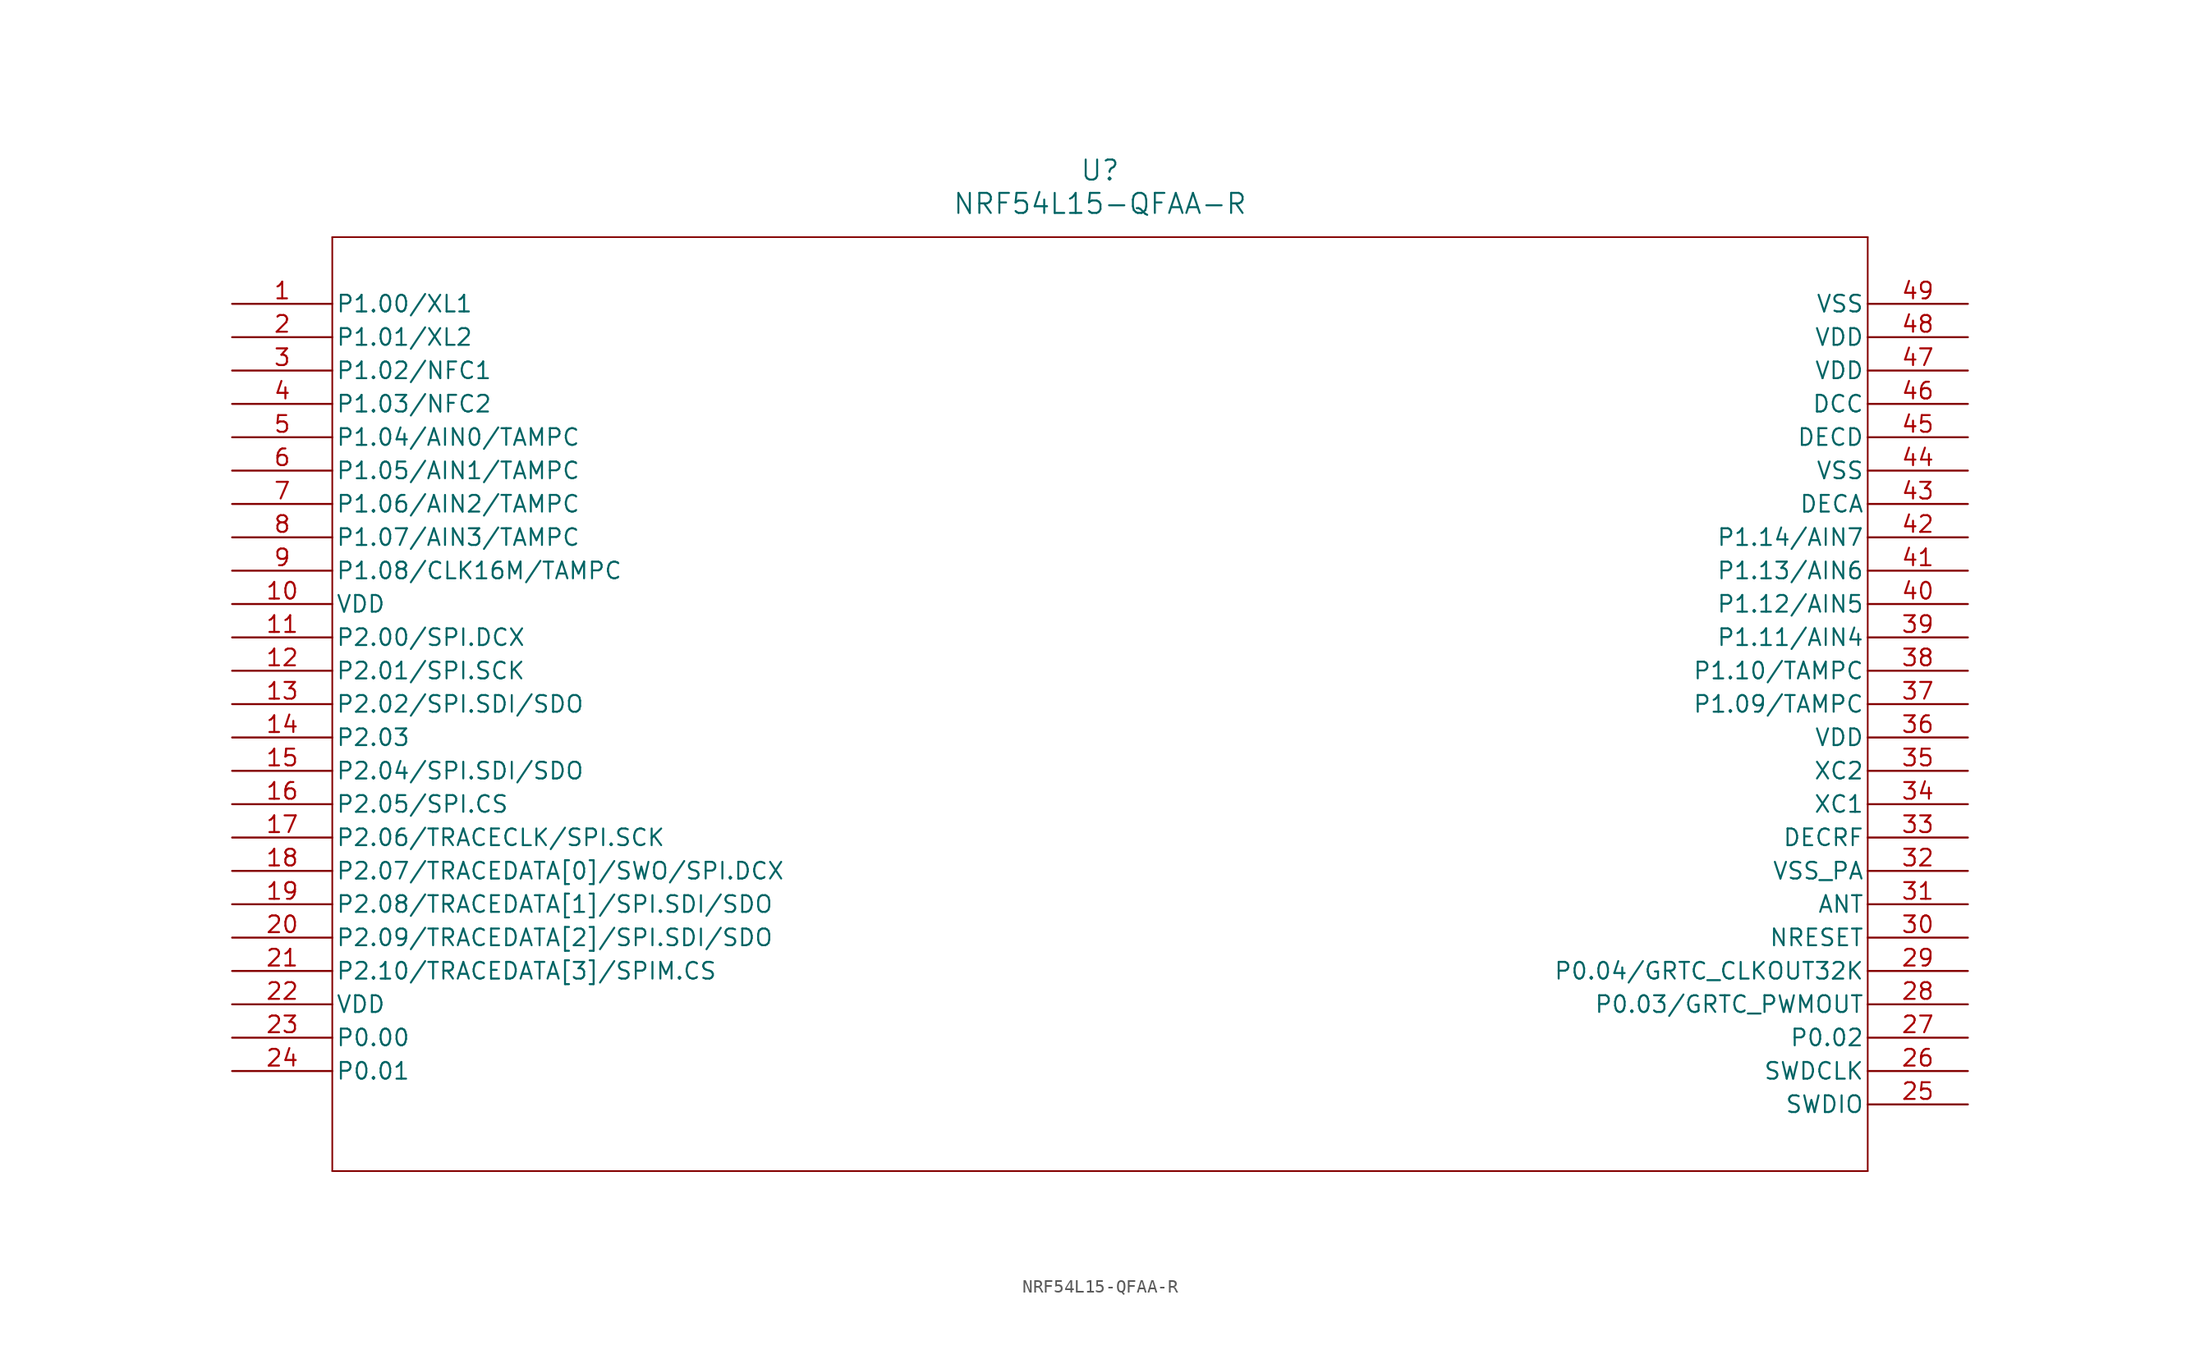
<source format=kicad_sym>
(kicad_symbol_lib
  (version 20211014)
  (generator kicad_symbol_editor)
  (symbol "NRF54L15-QFAA-R"
    (pin_names
      (offset 0.254))
    (property "Reference" "U"
      (at 66.04 10.16 0)
      (effects (font (size 1.524 1.524))))
    (property "Value" "NRF54L15-QFAA-R"
      (at 66.04 7.62 0)
      (effects (font (size 1.524 1.524))))
    (symbol "NRF54L15-QFAA-R_0_1"
      (polyline (pts (xy 7.62 5.08) (xy 7.62 -66.04)) (stroke (width 0.127) (type default) (color 0 0 0 0)) (fill (type none)))
      (polyline (pts (xy 7.62 -66.04) (xy 124.46 -66.04)) (stroke (width 0.127) (type default) (color 0 0 0 0)) (fill (type none)))
      (polyline (pts (xy 124.46 -66.04) (xy 124.46 5.08)) (stroke (width 0.127) (type default) (color 0 0 0 0)) (fill (type none)))
      (polyline (pts (xy 124.46 5.08) (xy 7.62 5.08)) (stroke (width 0.127) (type default) (color 0 0 0 0)) (fill (type none)))
      (pin bidirectional line (at 0 0 0) (length 7.62) (name "P1.00/XL1" (effects (font (size 1.27 1.27)))) (number "1" (effects (font (size 1.27 1.27)))))
      (pin bidirectional line (at 0 -2.54 0) (length 7.62) (name "P1.01/XL2" (effects (font (size 1.27 1.27)))) (number "2" (effects (font (size 1.27 1.27)))))
      (pin bidirectional line (at 0 -5.08 0) (length 7.62) (name "P1.02/NFC1" (effects (font (size 1.27 1.27)))) (number "3" (effects (font (size 1.27 1.27)))))
      (pin bidirectional line (at 0 -7.62 0) (length 7.62) (name "P1.03/NFC2" (effects (font (size 1.27 1.27)))) (number "4" (effects (font (size 1.27 1.27)))))
      (pin bidirectional line (at 0 -10.16 0) (length 7.62) (name "P1.04/AIN0/TAMPC" (effects (font (size 1.27 1.27)))) (number "5" (effects (font (size 1.27 1.27)))))
      (pin input line (at 0 -12.7 0) (length 7.62) (name "P1.05/AIN1/TAMPC" (effects (font (size 1.27 1.27)))) (number "6" (effects (font (size 1.27 1.27)))))
      (pin input line (at 0 -15.24 0) (length 7.62) (name "P1.06/AIN2/TAMPC" (effects (font (size 1.27 1.27)))) (number "7" (effects (font (size 1.27 1.27)))))
      (pin input line (at 0 -17.78 0) (length 7.62) (name "P1.07/AIN3/TAMPC" (effects (font (size 1.27 1.27)))) (number "8" (effects (font (size 1.27 1.27)))))
      (pin bidirectional line (at 0 -20.32 0) (length 7.62) (name "P1.08/CLK16M/TAMPC" (effects (font (size 1.27 1.27)))) (number "9" (effects (font (size 1.27 1.27)))))
      (pin power_in line (at 0 -22.86 0) (length 7.62) (name "VDD" (effects (font (size 1.27 1.27)))) (number "10" (effects (font (size 1.27 1.27)))))
      (pin bidirectional line (at 0 -25.4 0) (length 7.62) (name "P2.00/SPI.DCX" (effects (font (size 1.27 1.27)))) (number "11" (effects (font (size 1.27 1.27)))))
      (pin bidirectional line (at 0 -27.94 0) (length 7.62) (name "P2.01/SPI.SCK" (effects (font (size 1.27 1.27)))) (number "12" (effects (font (size 1.27 1.27)))))
      (pin bidirectional line (at 0 -30.48 0) (length 7.62) (name "P2.02/SPI.SDI/SDO" (effects (font (size 1.27 1.27)))) (number "13" (effects (font (size 1.27 1.27)))))
      (pin bidirectional line (at 0 -33.02 0) (length 7.62) (name "P2.03" (effects (font (size 1.27 1.27)))) (number "14" (effects (font (size 1.27 1.27)))))
      (pin bidirectional line (at 0 -35.56 0) (length 7.62) (name "P2.04/SPI.SDI/SDO" (effects (font (size 1.27 1.27)))) (number "15" (effects (font (size 1.27 1.27)))))
      (pin bidirectional line (at 0 -38.1 0) (length 7.62) (name "P2.05/SPI.CS" (effects (font (size 1.27 1.27)))) (number "16" (effects (font (size 1.27 1.27)))))
      (pin bidirectional line (at 0 -40.64 0) (length 7.62) (name "P2.06/TRACECLK/SPI.SCK" (effects (font (size 1.27 1.27)))) (number "17" (effects (font (size 1.27 1.27)))))
      (pin bidirectional line (at 0 -43.18 0) (length 7.62) (name "P2.07/TRACEDATA[0]/SWO/SPI.DCX" (effects (font (size 1.27 1.27)))) (number "18" (effects (font (size 1.27 1.27)))))
      (pin bidirectional line (at 0 -45.72 0) (length 7.62) (name "P2.08/TRACEDATA[1]/SPI.SDI/SDO" (effects (font (size 1.27 1.27)))) (number "19" (effects (font (size 1.27 1.27)))))
      (pin bidirectional line (at 0 -48.26 0) (length 7.62) (name "P2.09/TRACEDATA[2]/SPI.SDI/SDO" (effects (font (size 1.27 1.27)))) (number "20" (effects (font (size 1.27 1.27)))))
      (pin bidirectional line (at 0 -50.8 0) (length 7.62) (name "P2.10/TRACEDATA[3]/SPIM.CS" (effects (font (size 1.27 1.27)))) (number "21" (effects (font (size 1.27 1.27)))))
      (pin power_in line (at 0 -53.34 0) (length 7.62) (name "VDD" (effects (font (size 1.27 1.27)))) (number "22" (effects (font (size 1.27 1.27)))))
      (pin bidirectional line (at 0 -55.88 0) (length 7.62) (name "P0.00" (effects (font (size 1.27 1.27)))) (number "23" (effects (font (size 1.27 1.27)))))
      (pin bidirectional line (at 0 -58.42 0) (length 7.62) (name "P0.01" (effects (font (size 1.27 1.27)))) (number "24" (effects (font (size 1.27 1.27)))))
      (pin unspecified line (at 132.08 -60.96 180) (length 7.62) (name "SWDIO" (effects (font (size 1.27 1.27)))) (number "25" (effects (font (size 1.27 1.27)))))
      (pin unspecified line (at 132.08 -58.42 180) (length 7.62) (name "SWDCLK" (effects (font (size 1.27 1.27)))) (number "26" (effects (font (size 1.27 1.27)))))
      (pin bidirectional line (at 132.08 -55.88 180) (length 7.62) (name "P0.02" (effects (font (size 1.27 1.27)))) (number "27" (effects (font (size 1.27 1.27)))))
      (pin output line (at 132.08 -53.34 180) (length 7.62) (name "P0.03/GRTC_PWMOUT" (effects (font (size 1.27 1.27)))) (number "28" (effects (font (size 1.27 1.27)))))
      (pin output line (at 132.08 -50.8 180) (length 7.62) (name "P0.04/GRTC_CLKOUT32K" (effects (font (size 1.27 1.27)))) (number "29" (effects (font (size 1.27 1.27)))))
      (pin unspecified line (at 132.08 -48.26 180) (length 7.62) (name "NRESET" (effects (font (size 1.27 1.27)))) (number "30" (effects (font (size 1.27 1.27)))))
      (pin unspecified line (at 132.08 -45.72 180) (length 7.62) (name "ANT" (effects (font (size 1.27 1.27)))) (number "31" (effects (font (size 1.27 1.27)))))
      (pin power_out line (at 132.08 -43.18 180) (length 7.62) (name "VSS_PA" (effects (font (size 1.27 1.27)))) (number "32" (effects (font (size 1.27 1.27)))))
      (pin unspecified line (at 132.08 -40.64 180) (length 7.62) (name "DECRF" (effects (font (size 1.27 1.27)))) (number "33" (effects (font (size 1.27 1.27)))))
      (pin bidirectional line (at 132.08 -38.1 180) (length 7.62) (name "XC1" (effects (font (size 1.27 1.27)))) (number "34" (effects (font (size 1.27 1.27)))))
      (pin unspecified line (at 132.08 -35.56 180) (length 7.62) (name "XC2" (effects (font (size 1.27 1.27)))) (number "35" (effects (font (size 1.27 1.27)))))
      (pin power_in line (at 132.08 -33.02 180) (length 7.62) (name "VDD" (effects (font (size 1.27 1.27)))) (number "36" (effects (font (size 1.27 1.27)))))
      (pin bidirectional line (at 132.08 -30.48 180) (length 7.62) (name "P1.09/TAMPC" (effects (font (size 1.27 1.27)))) (number "37" (effects (font (size 1.27 1.27)))))
      (pin bidirectional line (at 132.08 -27.94 180) (length 7.62) (name "P1.10/TAMPC" (effects (font (size 1.27 1.27)))) (number "38" (effects (font (size 1.27 1.27)))))
      (pin input line (at 132.08 -25.4 180) (length 7.62) (name "P1.11/AIN4" (effects (font (size 1.27 1.27)))) (number "39" (effects (font (size 1.27 1.27)))))
      (pin input line (at 132.08 -22.86 180) (length 7.62) (name "P1.12/AIN5" (effects (font (size 1.27 1.27)))) (number "40" (effects (font (size 1.27 1.27)))))
      (pin input line (at 132.08 -20.32 180) (length 7.62) (name "P1.13/AIN6" (effects (font (size 1.27 1.27)))) (number "41" (effects (font (size 1.27 1.27)))))
      (pin input line (at 132.08 -17.78 180) (length 7.62) (name "P1.14/AIN7" (effects (font (size 1.27 1.27)))) (number "42" (effects (font (size 1.27 1.27)))))
      (pin unspecified line (at 132.08 -15.24 180) (length 7.62) (name "DECA" (effects (font (size 1.27 1.27)))) (number "43" (effects (font (size 1.27 1.27)))))
      (pin power_out line (at 132.08 -12.7 180) (length 7.62) (name "VSS" (effects (font (size 1.27 1.27)))) (number "44" (effects (font (size 1.27 1.27)))))
      (pin unspecified line (at 132.08 -10.16 180) (length 7.62) (name "DECD" (effects (font (size 1.27 1.27)))) (number "45" (effects (font (size 1.27 1.27)))))
      (pin unspecified line (at 132.08 -7.62 180) (length 7.62) (name "DCC" (effects (font (size 1.27 1.27)))) (number "46" (effects (font (size 1.27 1.27)))))
      (pin power_in line (at 132.08 -5.08 180) (length 7.62) (name "VDD" (effects (font (size 1.27 1.27)))) (number "47" (effects (font (size 1.27 1.27)))))
      (pin power_in line (at 132.08 -2.54 180) (length 7.62) (name "VDD" (effects (font (size 1.27 1.27)))) (number "48" (effects (font (size 1.27 1.27)))))
      (pin power_out line (at 132.08 0 180) (length 7.62) (name "VSS" (effects (font (size 1.27 1.27)))) (number "49" (effects (font (size 1.27 1.27))))))))
</source>
